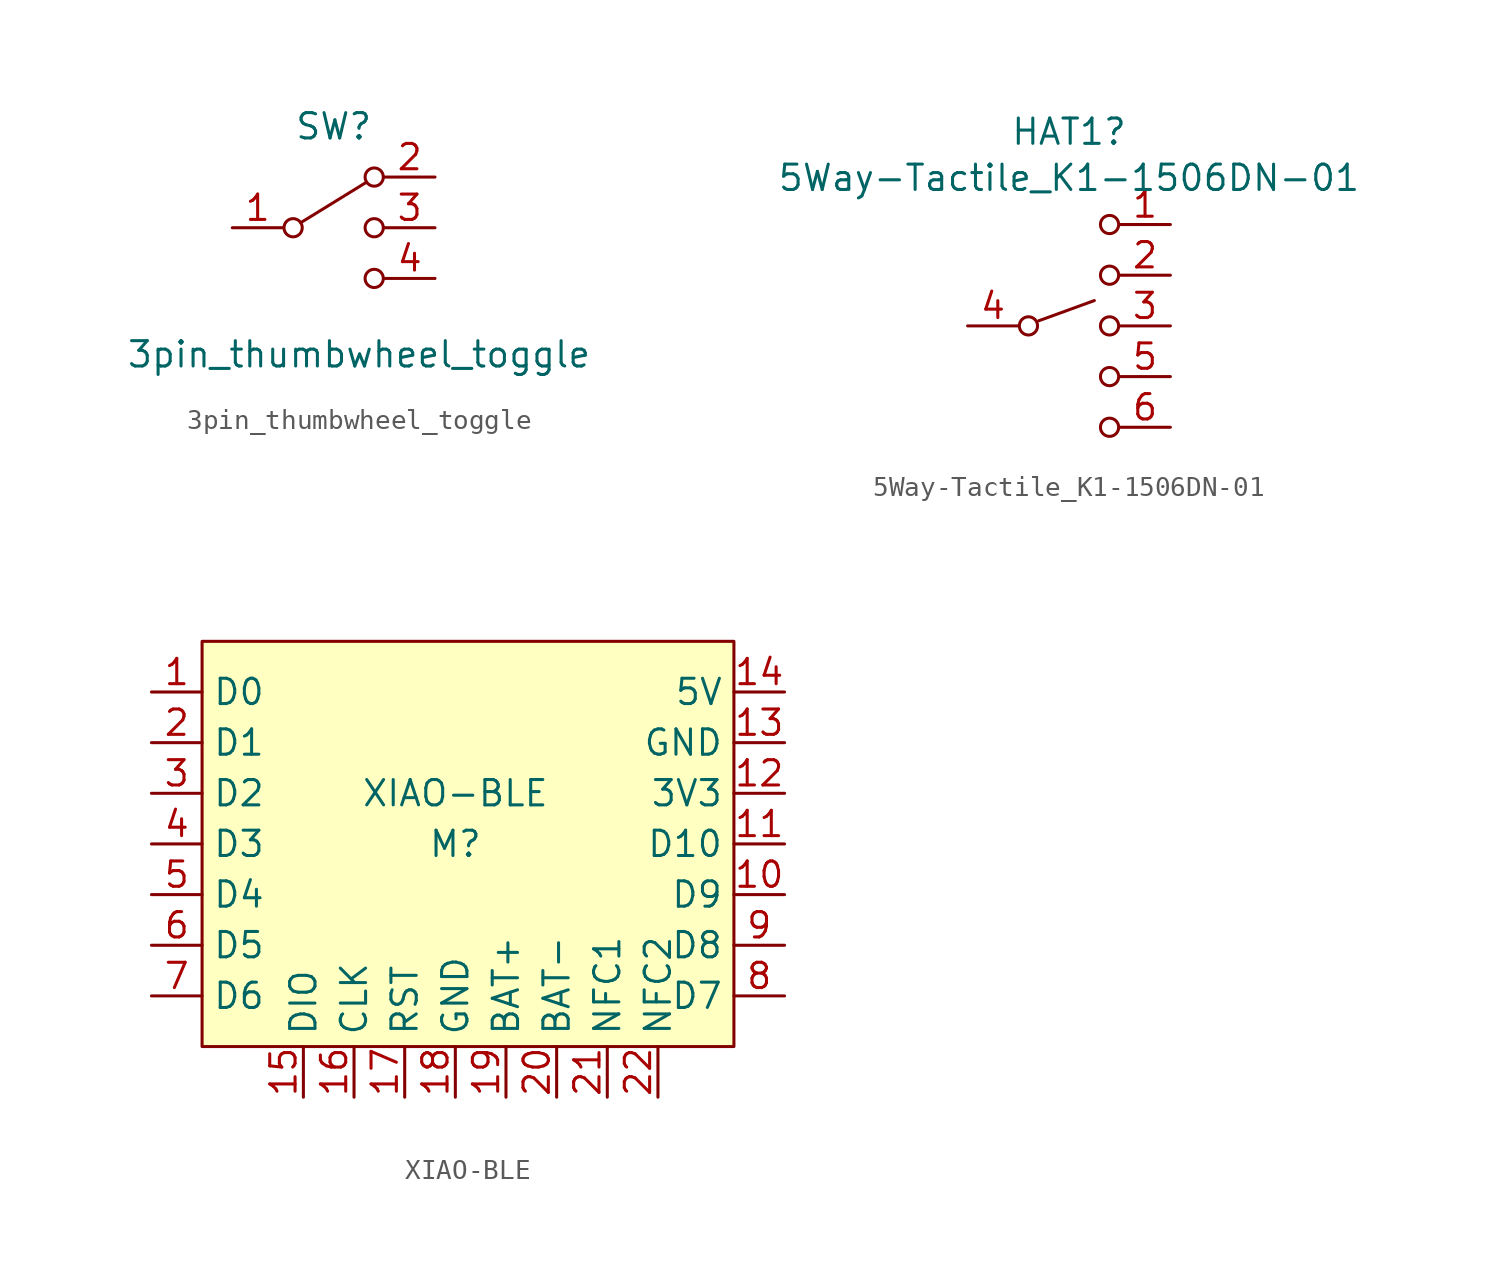
<source format=kicad_sym>
(kicad_symbol_lib
  (version 20220914)
  (generator kicad_symbol_editor)
  (symbol "3pin_thumbwheel_toggle"
    (pin_names
      (offset 0) hide)
    (property "Reference" "SW"
      (at 0 5.08 0)
      (effects (font (size 1.27 1.27))))
    (property "Value" "3pin_thumbwheel_toggle"
      (at 1.27 -6.35 0)
      (effects (font (size 1.27 1.27))))
    (symbol "3pin_thumbwheel_toggle_0_1"
      (circle (center -2.032 0) (radius 0.457) (stroke (width 0) (type default)) (fill (type none)))
      (polyline (pts (xy -1.651 0.254) (xy 1.651 2.286)) (stroke (width 0) (type default)) (fill (type none)))
      (circle (center 2.032 -2.54) (radius 0.457) (stroke (width 0) (type default)) (fill (type none)))
      (circle (center 2.032 0) (radius 0.457) (stroke (width 0) (type default)) (fill (type none)))
      (circle (center 2.032 2.54) (radius 0.457) (stroke (width 0) (type default)) (fill (type none))))
    (symbol "3pin_thumbwheel_toggle_1_1"
      (pin passive line (at -5.08 0 0) (length 2.54) (name "1" (effects (font (size 1.27 1.27)))) (number "1" (effects (font (size 1.27 1.27)))))
      (pin passive line (at 5.08 2.54 180) (length 2.54) (name "2" (effects (font (size 1.27 1.27)))) (number "2" (effects (font (size 1.27 1.27)))))
      (pin passive line (at 5.08 0 180) (length 2.54) (name "3" (effects (font (size 1.27 1.27)))) (number "3" (effects (font (size 1.27 1.27)))))
      (pin passive line (at 5.08 -2.54 180) (length 2.54) (name "4" (effects (font (size 1.27 1.27)))) (number "4" (effects (font (size 1.27 1.27)))))))
  (symbol "5Way-Tactile_K1-1506DN-01"
    (pin_names
      (offset 0) hide)
    (property "Reference" "HAT1"
      (at 0 9.728 0)
      (effects (font (size 1.27 1.27))))
    (property "Value" "5Way-Tactile_K1-1506DN-01"
      (at 0 7.417 0)
      (effects (font (size 1.27 1.27))))
    (symbol "5Way-Tactile_K1-1506DN-01_0_1"
      (circle (center -2.032 0) (radius 0.457) (stroke (width 0) (type default)) (fill (type none)))
      (polyline (pts (xy -1.524 0.254) (xy 1.27 1.27)) (stroke (width 0) (type default)) (fill (type none)))
      (circle (center 2.032 -2.54) (radius 0.457) (stroke (width 0) (type default)) (fill (type none)))
      (circle (center 2.032 0) (radius 0.457) (stroke (width 0) (type default)) (fill (type none)))
      (circle (center 2.032 2.54) (radius 0.457) (stroke (width 0) (type default)) (fill (type none))))
    (symbol "5Way-Tactile_K1-1506DN-01_1_1"
      (circle (center 2.032 -5.08) (radius 0.457) (stroke (width 0) (type default)) (fill (type none)))
      (circle (center 2.032 5.08) (radius 0.457) (stroke (width 0) (type default)) (fill (type none)))
      (pin passive line (at 5.08 5.08 180) (length 2.54) (name "1" (effects (font (size 1.27 1.27)))) (number "1" (effects (font (size 1.27 1.27)))))
      (pin passive line (at 5.08 2.54 180) (length 2.54) (name "2" (effects (font (size 1.27 1.27)))) (number "2" (effects (font (size 1.27 1.27)))))
      (pin passive line (at 5.08 0 180) (length 2.54) (name "3" (effects (font (size 1.27 1.27)))) (number "3" (effects (font (size 1.27 1.27)))))
      (pin passive line (at -5.08 0 0) (length 2.54) (name "4" (effects (font (size 1.27 1.27)))) (number "4" (effects (font (size 1.27 1.27)))))
      (pin passive line (at 5.08 -2.54 180) (length 2.54) (name "5" (effects (font (size 1.27 1.27)))) (number "5" (effects (font (size 1.27 1.27)))))
      (pin passive line (at 5.08 -5.08 180) (length 2.54) (name "6" (effects (font (size 1.27 1.27)))) (number "6" (effects (font (size 1.27 1.27)))))))
  (symbol "XIAO-BLE"
    (property "Reference" "M"
      (at 0 0 0)
      (effects (font (size 1.27 1.27))))
    (property "Value" "XIAO-BLE"
      (at 0 2.54 0)
      (effects (font (size 1.27 1.27))))
    (symbol "XIAO-BLE_0_1"
      (rectangle (start -12.7 10.16) (end 13.97 -10.16) (stroke (width 0) (type default)) (fill (type background))))
    (symbol "XIAO-BLE_1_1"
      (pin bidirectional line (at -15.24 7.62 0) (length 2.54) (name "D0" (effects (font (size 1.27 1.27)))) (number "1" (effects (font (size 1.27 1.27)))))
      (pin bidirectional line (at 16.51 -2.54 180) (length 2.54) (name "D9" (effects (font (size 1.27 1.27)))) (number "10" (effects (font (size 1.27 1.27)))))
      (pin bidirectional line (at 16.51 0 180) (length 2.54) (name "D10" (effects (font (size 1.27 1.27)))) (number "11" (effects (font (size 1.27 1.27)))))
      (pin power_in line (at 16.51 2.54 180) (length 2.54) (name "3V3" (effects (font (size 1.27 1.27)))) (number "12" (effects (font (size 1.27 1.27)))))
      (pin power_in line (at 16.51 5.08 180) (length 2.54) (name "GND" (effects (font (size 1.27 1.27)))) (number "13" (effects (font (size 1.27 1.27)))))
      (pin power_in line (at 16.51 7.62 180) (length 2.54) (name "5V" (effects (font (size 1.27 1.27)))) (number "14" (effects (font (size 1.27 1.27)))))
      (pin bidirectional line (at -7.62 -12.7 90) (length 2.54) (name "DIO" (effects (font (size 1.27 1.27)))) (number "15" (effects (font (size 1.27 1.27)))))
      (pin bidirectional line (at -5.08 -12.7 90) (length 2.54) (name "CLK" (effects (font (size 1.27 1.27)))) (number "16" (effects (font (size 1.27 1.27)))))
      (pin bidirectional line (at -2.54 -12.7 90) (length 2.54) (name "RST" (effects (font (size 1.27 1.27)))) (number "17" (effects (font (size 1.27 1.27)))))
      (pin bidirectional line (at 0 -12.7 90) (length 2.54) (name "GND" (effects (font (size 1.27 1.27)))) (number "18" (effects (font (size 1.27 1.27)))))
      (pin bidirectional line (at 2.54 -12.7 90) (length 2.54) (name "BAT+" (effects (font (size 1.27 1.27)))) (number "19" (effects (font (size 1.27 1.27)))))
      (pin bidirectional line (at -15.24 5.08 0) (length 2.54) (name "D1" (effects (font (size 1.27 1.27)))) (number "2" (effects (font (size 1.27 1.27)))))
      (pin bidirectional line (at 5.08 -12.7 90) (length 2.54) (name "BAT-" (effects (font (size 1.27 1.27)))) (number "20" (effects (font (size 1.27 1.27)))))
      (pin bidirectional line (at 7.62 -12.7 90) (length 2.54) (name "NFC1" (effects (font (size 1.27 1.27)))) (number "21" (effects (font (size 1.27 1.27)))))
      (pin bidirectional line (at 10.16 -12.7 90) (length 2.54) (name "NFC2" (effects (font (size 1.27 1.27)))) (number "22" (effects (font (size 1.27 1.27)))))
      (pin bidirectional line (at -15.24 2.54 0) (length 2.54) (name "D2" (effects (font (size 1.27 1.27)))) (number "3" (effects (font (size 1.27 1.27)))))
      (pin bidirectional line (at -15.24 0 0) (length 2.54) (name "D3" (effects (font (size 1.27 1.27)))) (number "4" (effects (font (size 1.27 1.27)))))
      (pin bidirectional line (at -15.24 -2.54 0) (length 2.54) (name "D4" (effects (font (size 1.27 1.27)))) (number "5" (effects (font (size 1.27 1.27)))))
      (pin bidirectional line (at -15.24 -5.08 0) (length 2.54) (name "D5" (effects (font (size 1.27 1.27)))) (number "6" (effects (font (size 1.27 1.27)))))
      (pin bidirectional line (at -15.24 -7.62 0) (length 2.54) (name "D6" (effects (font (size 1.27 1.27)))) (number "7" (effects (font (size 1.27 1.27)))))
      (pin bidirectional line (at 16.51 -7.62 180) (length 2.54) (name "D7" (effects (font (size 1.27 1.27)))) (number "8" (effects (font (size 1.27 1.27)))))
      (pin bidirectional line (at 16.51 -5.08 180) (length 2.54) (name "D8" (effects (font (size 1.27 1.27)))) (number "9" (effects (font (size 1.27 1.27))))))))
</source>
